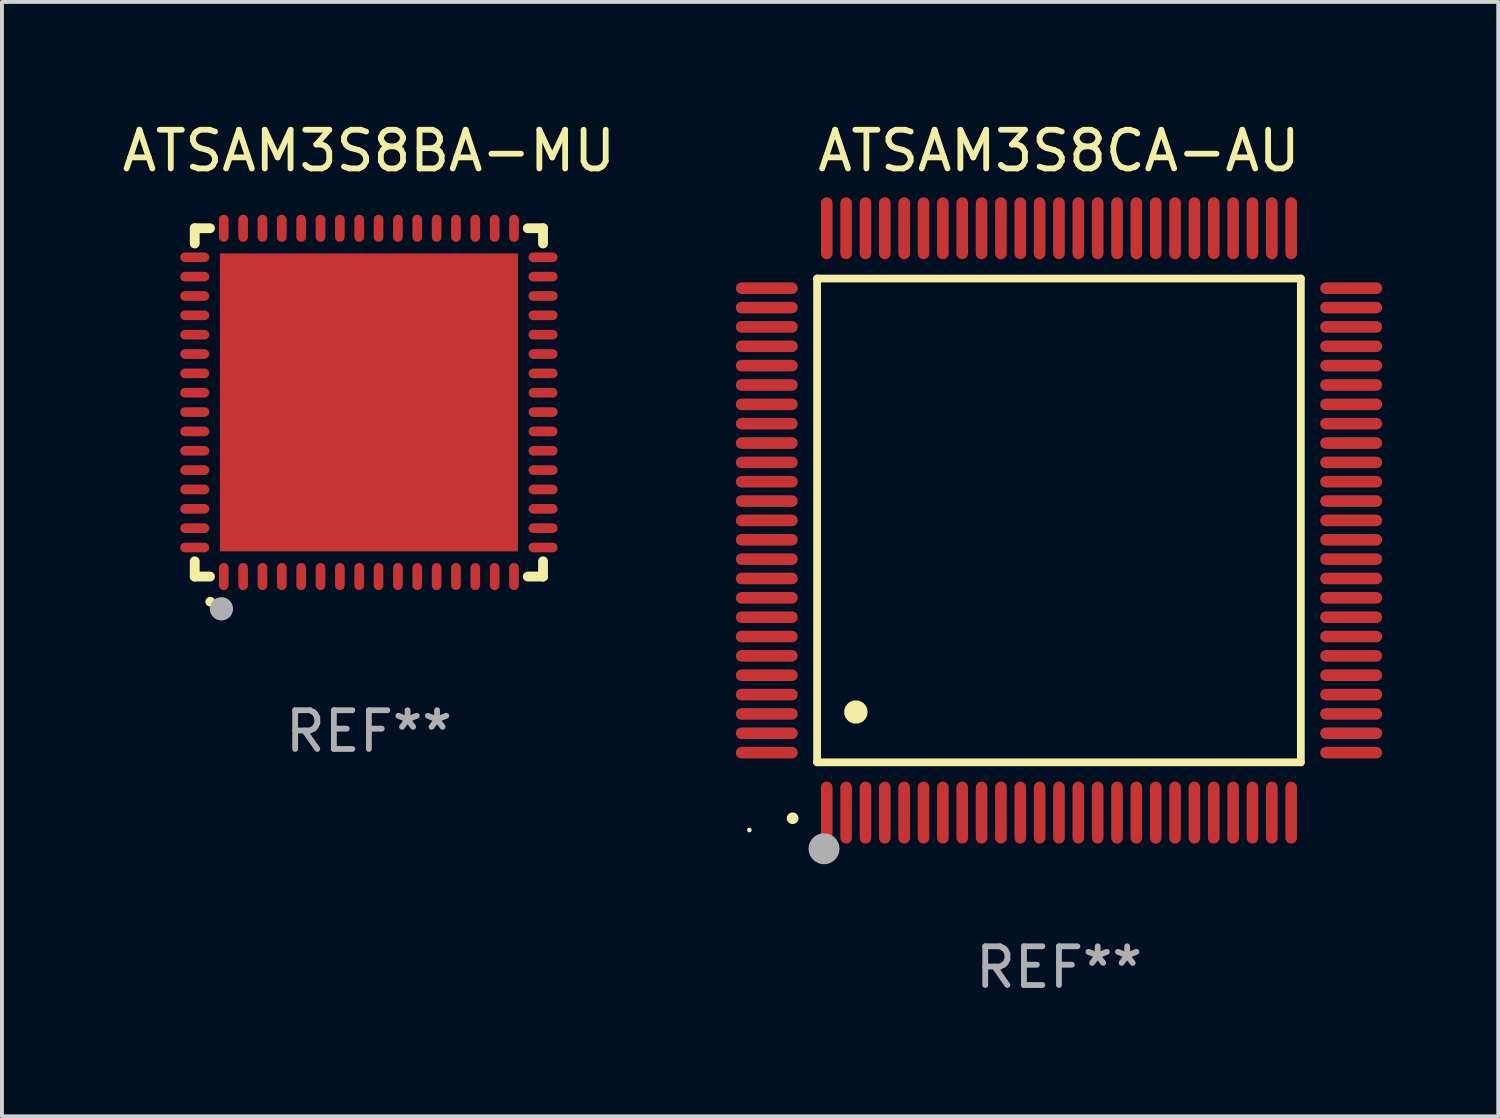
<source format=kicad_pcb>
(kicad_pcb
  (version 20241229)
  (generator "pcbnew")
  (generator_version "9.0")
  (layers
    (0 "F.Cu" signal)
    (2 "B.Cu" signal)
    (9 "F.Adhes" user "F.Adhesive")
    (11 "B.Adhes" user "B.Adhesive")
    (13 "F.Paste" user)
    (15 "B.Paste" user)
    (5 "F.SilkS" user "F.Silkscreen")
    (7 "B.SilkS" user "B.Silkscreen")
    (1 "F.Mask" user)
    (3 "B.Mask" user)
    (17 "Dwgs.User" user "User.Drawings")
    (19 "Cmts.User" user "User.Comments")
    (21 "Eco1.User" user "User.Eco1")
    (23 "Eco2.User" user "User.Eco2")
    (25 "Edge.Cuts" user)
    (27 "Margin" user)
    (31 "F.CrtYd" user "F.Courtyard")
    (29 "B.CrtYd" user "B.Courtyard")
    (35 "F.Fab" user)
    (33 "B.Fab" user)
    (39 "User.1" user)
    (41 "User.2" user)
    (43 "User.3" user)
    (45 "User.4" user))
  (footprint "ATSAM3S8BA-MU"
    (layer "F.Cu")
    (at 6.482 7.348)
    (property "Reference" "ATSAM3S8BA-MU" (at 0 -6.5 0) (layer "F.SilkS") (effects (font (size 1 1) (thickness 0.15))))
    (attr through_hole)
    (fp_line (start -4.5 -4.5) (end -4.106 -4.5) (stroke (width 0.254) (type solid)) (layer "F.SilkS"))
    (fp_line (start -4.5 -4.106) (end -4.5 -4.5) (stroke (width 0.254) (type solid)) (layer "F.SilkS"))
    (fp_line (start -4.5 4.5) (end -4.5 4.106) (stroke (width 0.254) (type solid)) (layer "F.SilkS"))
    (fp_line (start -4.106 4.5) (end -4.5 4.5) (stroke (width 0.254) (type solid)) (layer "F.SilkS"))
    (fp_line (start 4.106 -4.5) (end 4.5 -4.5) (stroke (width 0.254) (type solid)) (layer "F.SilkS"))
    (fp_line (start 4.5 -4.5) (end 4.5 -4.106) (stroke (width 0.254) (type solid)) (layer "F.SilkS"))
    (fp_line (start 4.5 4.106) (end 4.5 4.5) (stroke (width 0.254) (type solid)) (layer "F.SilkS"))
    (fp_line (start 4.5 4.5) (end 4.106 4.5) (stroke (width 0.254) (type solid)) (layer "F.SilkS"))
    (fp_arc (start -4.099987 5.149898) (mid -4.098717 5.149892) (end -4.097447 5.149898) (stroke (width 0.24892) (type solid)) (layer "F.SilkS"))
    (fp_circle (center -4.5 4.5) (end -4.47 4.5) (stroke (width 0.06) (type solid)) (fill no) (layer "F.SilkS"))
    (fp_circle (center -3.81 5.334) (end -3.66 5.334) (stroke (width 0.3) (type solid)) (fill no) (layer "F.Fab"))
    (fp_text user "REF**" (at 0 8.5 0) (layer "F.Fab") (effects (font (size 1 1) (thickness 0.15))))
    (pad "1" smd oval (at -3.75 4.5) (size 0.25 0.7) (layers "F.Cu" "F.Mask" "F.Paste"))
    (pad "2" smd oval (at -3.25 4.5) (size 0.25 0.7) (layers "F.Cu" "F.Mask" "F.Paste"))
    (pad "3" smd oval (at -2.75 4.5) (size 0.25 0.7) (layers "F.Cu" "F.Mask" "F.Paste"))
    (pad "4" smd oval (at -2.25 4.5) (size 0.25 0.7) (layers "F.Cu" "F.Mask" "F.Paste"))
    (pad "5" smd oval (at -1.75 4.5) (size 0.25 0.7) (layers "F.Cu" "F.Mask" "F.Paste"))
    (pad "6" smd oval (at -1.25 4.5) (size 0.25 0.7) (layers "F.Cu" "F.Mask" "F.Paste"))
    (pad "7" smd oval (at -0.75 4.5) (size 0.25 0.7) (layers "F.Cu" "F.Mask" "F.Paste"))
    (pad "8" smd oval (at -0.25 4.5) (size 0.25 0.7) (layers "F.Cu" "F.Mask" "F.Paste"))
    (pad "9" smd oval (at 0.25 4.5) (size 0.25 0.7) (layers "F.Cu" "F.Mask" "F.Paste"))
    (pad "10" smd oval (at 0.75 4.5) (size 0.25 0.7) (layers "F.Cu" "F.Mask" "F.Paste"))
    (pad "11" smd oval (at 1.25 4.5) (size 0.25 0.7) (layers "F.Cu" "F.Mask" "F.Paste"))
    (pad "12" smd oval (at 1.75 4.5) (size 0.25 0.7) (layers "F.Cu" "F.Mask" "F.Paste"))
    (pad "13" smd oval (at 2.25 4.5) (size 0.25 0.7) (layers "F.Cu" "F.Mask" "F.Paste"))
    (pad "14" smd oval (at 2.75 4.5) (size 0.25 0.7) (layers "F.Cu" "F.Mask" "F.Paste"))
    (pad "15" smd oval (at 3.25 4.5) (size 0.25 0.7) (layers "F.Cu" "F.Mask" "F.Paste"))
    (pad "16" smd oval (at 3.75 4.5) (size 0.25 0.7) (layers "F.Cu" "F.Mask" "F.Paste"))
    (pad "17" smd oval (at 4.5 3.75) (size 0.75 0.25) (layers "F.Cu" "F.Mask" "F.Paste"))
    (pad "18" smd oval (at 4.5 3.25) (size 0.75 0.25) (layers "F.Cu" "F.Mask" "F.Paste"))
    (pad "19" smd oval (at 4.5 2.75) (size 0.75 0.25) (layers "F.Cu" "F.Mask" "F.Paste"))
    (pad "20" smd oval (at 4.5 2.25) (size 0.75 0.25) (layers "F.Cu" "F.Mask" "F.Paste"))
    (pad "21" smd oval (at 4.5 1.75) (size 0.75 0.25) (layers "F.Cu" "F.Mask" "F.Paste"))
    (pad "22" smd oval (at 4.5 1.25) (size 0.75 0.25) (layers "F.Cu" "F.Mask" "F.Paste"))
    (pad "23" smd oval (at 4.5 0.75) (size 0.75 0.25) (layers "F.Cu" "F.Mask" "F.Paste"))
    (pad "24" smd oval (at 4.5 0.25) (size 0.75 0.25) (layers "F.Cu" "F.Mask" "F.Paste"))
    (pad "25" smd oval (at 4.5 -0.25) (size 0.75 0.25) (layers "F.Cu" "F.Mask" "F.Paste"))
    (pad "26" smd oval (at 4.5 -0.75) (size 0.75 0.25) (layers "F.Cu" "F.Mask" "F.Paste"))
    (pad "27" smd oval (at 4.5 -1.25) (size 0.75 0.25) (layers "F.Cu" "F.Mask" "F.Paste"))
    (pad "28" smd oval (at 4.5 -1.75) (size 0.75 0.25) (layers "F.Cu" "F.Mask" "F.Paste"))
    (pad "29" smd oval (at 4.5 -2.25) (size 0.75 0.25) (layers "F.Cu" "F.Mask" "F.Paste"))
    (pad "30" smd oval (at 4.5 -2.75) (size 0.75 0.25) (layers "F.Cu" "F.Mask" "F.Paste"))
    (pad "31" smd oval (at 4.5 -3.25) (size 0.75 0.25) (layers "F.Cu" "F.Mask" "F.Paste"))
    (pad "32" smd oval (at 4.5 -3.75) (size 0.75 0.25) (layers "F.Cu" "F.Mask" "F.Paste"))
    (pad "33" smd oval (at 3.75 -4.5) (size 0.25 0.7) (layers "F.Cu" "F.Mask" "F.Paste"))
    (pad "34" smd oval (at 3.25 -4.5) (size 0.25 0.7) (layers "F.Cu" "F.Mask" "F.Paste"))
    (pad "35" smd oval (at 2.75 -4.5) (size 0.25 0.7) (layers "F.Cu" "F.Mask" "F.Paste"))
    (pad "36" smd oval (at 2.25 -4.5) (size 0.25 0.7) (layers "F.Cu" "F.Mask" "F.Paste"))
    (pad "37" smd oval (at 1.75 -4.5) (size 0.25 0.7) (layers "F.Cu" "F.Mask" "F.Paste"))
    (pad "38" smd oval (at 1.25 -4.5) (size 0.25 0.7) (layers "F.Cu" "F.Mask" "F.Paste"))
    (pad "39" smd oval (at 0.75 -4.5) (size 0.25 0.7) (layers "F.Cu" "F.Mask" "F.Paste"))
    (pad "40" smd oval (at 0.25 -4.5) (size 0.25 0.7) (layers "F.Cu" "F.Mask" "F.Paste"))
    (pad "41" smd oval (at -0.25 -4.5) (size 0.25 0.7) (layers "F.Cu" "F.Mask" "F.Paste"))
    (pad "42" smd oval (at -0.75 -4.5) (size 0.25 0.7) (layers "F.Cu" "F.Mask" "F.Paste"))
    (pad "43" smd oval (at -1.25 -4.5) (size 0.25 0.7) (layers "F.Cu" "F.Mask" "F.Paste"))
    (pad "44" smd oval (at -1.75 -4.5) (size 0.25 0.7) (layers "F.Cu" "F.Mask" "F.Paste"))
    (pad "45" smd oval (at -2.25 -4.5) (size 0.25 0.7) (layers "F.Cu" "F.Mask" "F.Paste"))
    (pad "46" smd oval (at -2.75 -4.5) (size 0.25 0.7) (layers "F.Cu" "F.Mask" "F.Paste"))
    (pad "47" smd oval (at -3.25 -4.5) (size 0.25 0.7) (layers "F.Cu" "F.Mask" "F.Paste"))
    (pad "48" smd oval (at -3.75 -4.5) (size 0.25 0.7) (layers "F.Cu" "F.Mask" "F.Paste"))
    (pad "49" smd oval (at -4.5 -3.75) (size 0.75 0.25) (layers "F.Cu" "F.Mask" "F.Paste"))
    (pad "50" smd oval (at -4.5 -3.25) (size 0.75 0.25) (layers "F.Cu" "F.Mask" "F.Paste"))
    (pad "51" smd oval (at -4.5 -2.75) (size 0.75 0.25) (layers "F.Cu" "F.Mask" "F.Paste"))
    (pad "52" smd oval (at -4.5 -2.25) (size 0.75 0.25) (layers "F.Cu" "F.Mask" "F.Paste"))
    (pad "53" smd oval (at -4.5 -1.75) (size 0.75 0.25) (layers "F.Cu" "F.Mask" "F.Paste"))
    (pad "54" smd oval (at -4.5 -1.25) (size 0.75 0.25) (layers "F.Cu" "F.Mask" "F.Paste"))
    (pad "55" smd oval (at -4.5 -0.75) (size 0.75 0.25) (layers "F.Cu" "F.Mask" "F.Paste"))
    (pad "56" smd oval (at -4.5 -0.25) (size 0.75 0.25) (layers "F.Cu" "F.Mask" "F.Paste"))
    (pad "57" smd oval (at -4.5 0.25) (size 0.75 0.25) (layers "F.Cu" "F.Mask" "F.Paste"))
    (pad "58" smd oval (at -4.5 0.75) (size 0.75 0.25) (layers "F.Cu" "F.Mask" "F.Paste"))
    (pad "59" smd oval (at -4.5 1.25) (size 0.75 0.25) (layers "F.Cu" "F.Mask" "F.Paste"))
    (pad "60" smd oval (at -4.5 1.75) (size 0.75 0.25) (layers "F.Cu" "F.Mask" "F.Paste"))
    (pad "61" smd oval (at -4.5 2.25) (size 0.75 0.25) (layers "F.Cu" "F.Mask" "F.Paste"))
    (pad "62" smd oval (at -4.5 2.75) (size 0.75 0.25) (layers "F.Cu" "F.Mask" "F.Paste"))
    (pad "63" smd oval (at -4.5 3.25) (size 0.75 0.25) (layers "F.Cu" "F.Mask" "F.Paste"))
    (pad "64" smd oval (at -4.5 3.75) (size 0.75 0.25) (layers "F.Cu" "F.Mask" "F.Paste"))
    (pad "65" smd rect (at 0.000394 -0.000013) (size 7.7 7.7) (layers "F.Cu" "F.Mask" "F.Paste")))
  (footprint "ATSAM3S8CA-AU"
    (layer "F.Cu")
    (at 24.314 10.398)
    (property "Reference" "ATSAM3S8CA-AU" (at 0 -9.55 0) (layer "F.SilkS") (effects (font (size 1 1) (thickness 0.15))))
    (attr through_hole)
    (fp_line (start -6.25 -6.25) (end -6.25 6.25) (stroke (width 0.2) (type solid)) (layer "F.SilkS"))
    (fp_line (start -6.25 6.25) (end 6.25 6.25) (stroke (width 0.2) (type solid)) (layer "F.SilkS"))
    (fp_line (start 6.25 -6.25) (end -6.25 -6.25) (stroke (width 0.2) (type solid)) (layer "F.SilkS"))
    (fp_line (start 6.25 6.25) (end 6.25 -6.25) (stroke (width 0.2) (type solid)) (layer "F.SilkS"))
    (fp_arc (start -6.883414 7.696215) (mid -6.882144 7.69621) (end -6.880874 7.696215) (stroke (width 0.3) (type solid)) (layer "F.SilkS"))
    (fp_arc (start -5.250191 4.95047) (mid -5.247651 4.950459) (end -5.245111 4.95047) (stroke (width 0.6) (type solid)) (layer "F.SilkS"))
    (fp_circle (center -8 8) (end -7.97 8) (stroke (width 0.06) (type solid)) (fill no) (layer "F.SilkS"))
    (fp_circle (center -6.071 8.484) (end -5.871 8.484) (stroke (width 0.4) (type solid)) (fill no) (layer "F.Fab"))
    (fp_text user "REF**" (at 0 11.55 0) (layer "F.Fab") (effects (font (size 1 1) (thickness 0.15))))
    (pad "1" smd oval (at -6 7.55) (size 0.3 1.6) (layers "F.Cu" "F.Mask" "F.Paste"))
    (pad "2" smd oval (at -5.5 7.55) (size 0.3 1.6) (layers "F.Cu" "F.Mask" "F.Paste"))
    (pad "3" smd oval (at -5 7.55) (size 0.3 1.6) (layers "F.Cu" "F.Mask" "F.Paste"))
    (pad "4" smd oval (at -4.5 7.55) (size 0.3 1.6) (layers "F.Cu" "F.Mask" "F.Paste"))
    (pad "5" smd oval (at -4 7.55) (size 0.3 1.6) (layers "F.Cu" "F.Mask" "F.Paste"))
    (pad "6" smd oval (at -3.5 7.55) (size 0.3 1.6) (layers "F.Cu" "F.Mask" "F.Paste"))
    (pad "7" smd oval (at -3 7.55) (size 0.3 1.6) (layers "F.Cu" "F.Mask" "F.Paste"))
    (pad "8" smd oval (at -2.5 7.55) (size 0.3 1.6) (layers "F.Cu" "F.Mask" "F.Paste"))
    (pad "9" smd oval (at -2 7.55) (size 0.3 1.6) (layers "F.Cu" "F.Mask" "F.Paste"))
    (pad "10" smd oval (at -1.5 7.55) (size 0.3 1.6) (layers "F.Cu" "F.Mask" "F.Paste"))
    (pad "11" smd oval (at -1 7.55) (size 0.3 1.6) (layers "F.Cu" "F.Mask" "F.Paste"))
    (pad "12" smd oval (at -0.5 7.55) (size 0.3 1.6) (layers "F.Cu" "F.Mask" "F.Paste"))
    (pad "13" smd oval (at 0 7.55) (size 0.3 1.6) (layers "F.Cu" "F.Mask" "F.Paste"))
    (pad "14" smd oval (at 0.5 7.55) (size 0.3 1.6) (layers "F.Cu" "F.Mask" "F.Paste"))
    (pad "15" smd oval (at 1 7.55) (size 0.3 1.6) (layers "F.Cu" "F.Mask" "F.Paste"))
    (pad "16" smd oval (at 1.5 7.55) (size 0.3 1.6) (layers "F.Cu" "F.Mask" "F.Paste"))
    (pad "17" smd oval (at 2 7.55) (size 0.3 1.6) (layers "F.Cu" "F.Mask" "F.Paste"))
    (pad "18" smd oval (at 2.5 7.55) (size 0.3 1.6) (layers "F.Cu" "F.Mask" "F.Paste"))
    (pad "19" smd oval (at 3 7.55) (size 0.3 1.6) (layers "F.Cu" "F.Mask" "F.Paste"))
    (pad "20" smd oval (at 3.5 7.55) (size 0.3 1.6) (layers "F.Cu" "F.Mask" "F.Paste"))
    (pad "21" smd oval (at 4 7.55) (size 0.3 1.6) (layers "F.Cu" "F.Mask" "F.Paste"))
    (pad "22" smd oval (at 4.5 7.55) (size 0.3 1.6) (layers "F.Cu" "F.Mask" "F.Paste"))
    (pad "23" smd oval (at 5 7.55) (size 0.3 1.6) (layers "F.Cu" "F.Mask" "F.Paste"))
    (pad "24" smd oval (at 5.5 7.55) (size 0.3 1.6) (layers "F.Cu" "F.Mask" "F.Paste"))
    (pad "25" smd oval (at 6 7.55) (size 0.3 1.6) (layers "F.Cu" "F.Mask" "F.Paste"))
    (pad "26" smd oval (at 7.55 6) (size 1.6 0.3) (layers "F.Cu" "F.Mask" "F.Paste"))
    (pad "27" smd oval (at 7.55 5.5) (size 1.6 0.3) (layers "F.Cu" "F.Mask" "F.Paste"))
    (pad "28" smd oval (at 7.55 5) (size 1.6 0.3) (layers "F.Cu" "F.Mask" "F.Paste"))
    (pad "29" smd oval (at 7.55 4.5) (size 1.6 0.3) (layers "F.Cu" "F.Mask" "F.Paste"))
    (pad "30" smd oval (at 7.55 4) (size 1.6 0.3) (layers "F.Cu" "F.Mask" "F.Paste"))
    (pad "31" smd oval (at 7.55 3.5) (size 1.6 0.3) (layers "F.Cu" "F.Mask" "F.Paste"))
    (pad "32" smd oval (at 7.55 3) (size 1.6 0.3) (layers "F.Cu" "F.Mask" "F.Paste"))
    (pad "33" smd oval (at 7.55 2.5) (size 1.6 0.3) (layers "F.Cu" "F.Mask" "F.Paste"))
    (pad "34" smd oval (at 7.55 2) (size 1.6 0.3) (layers "F.Cu" "F.Mask" "F.Paste"))
    (pad "35" smd oval (at 7.55 1.5) (size 1.6 0.3) (layers "F.Cu" "F.Mask" "F.Paste"))
    (pad "36" smd oval (at 7.55 1) (size 1.6 0.3) (layers "F.Cu" "F.Mask" "F.Paste"))
    (pad "37" smd oval (at 7.55 0.5) (size 1.6 0.3) (layers "F.Cu" "F.Mask" "F.Paste"))
    (pad "38" smd oval (at 7.55 0) (size 1.6 0.3) (layers "F.Cu" "F.Mask" "F.Paste"))
    (pad "39" smd oval (at 7.55 -0.5) (size 1.6 0.3) (layers "F.Cu" "F.Mask" "F.Paste"))
    (pad "40" smd oval (at 7.55 -1) (size 1.6 0.3) (layers "F.Cu" "F.Mask" "F.Paste"))
    (pad "41" smd oval (at 7.55 -1.5) (size 1.6 0.3) (layers "F.Cu" "F.Mask" "F.Paste"))
    (pad "42" smd oval (at 7.55 -2) (size 1.6 0.3) (layers "F.Cu" "F.Mask" "F.Paste"))
    (pad "43" smd oval (at 7.55 -2.5) (size 1.6 0.3) (layers "F.Cu" "F.Mask" "F.Paste"))
    (pad "44" smd oval (at 7.55 -3) (size 1.6 0.3) (layers "F.Cu" "F.Mask" "F.Paste"))
    (pad "45" smd oval (at 7.55 -3.5) (size 1.6 0.3) (layers "F.Cu" "F.Mask" "F.Paste"))
    (pad "46" smd oval (at 7.55 -4) (size 1.6 0.3) (layers "F.Cu" "F.Mask" "F.Paste"))
    (pad "47" smd oval (at 7.55 -4.5) (size 1.6 0.3) (layers "F.Cu" "F.Mask" "F.Paste"))
    (pad "48" smd oval (at 7.55 -5) (size 1.6 0.3) (layers "F.Cu" "F.Mask" "F.Paste"))
    (pad "49" smd oval (at 7.55 -5.5) (size 1.6 0.3) (layers "F.Cu" "F.Mask" "F.Paste"))
    (pad "50" smd oval (at 7.55 -6) (size 1.6 0.3) (layers "F.Cu" "F.Mask" "F.Paste"))
    (pad "51" smd oval (at 6 -7.55) (size 0.3 1.6) (layers "F.Cu" "F.Mask" "F.Paste"))
    (pad "52" smd oval (at 5.5 -7.55) (size 0.3 1.6) (layers "F.Cu" "F.Mask" "F.Paste"))
    (pad "53" smd oval (at 5 -7.55) (size 0.3 1.6) (layers "F.Cu" "F.Mask" "F.Paste"))
    (pad "54" smd oval (at 4.5 -7.55) (size 0.3 1.6) (layers "F.Cu" "F.Mask" "F.Paste"))
    (pad "55" smd oval (at 4 -7.55) (size 0.3 1.6) (layers "F.Cu" "F.Mask" "F.Paste"))
    (pad "56" smd oval (at 3.5 -7.55) (size 0.3 1.6) (layers "F.Cu" "F.Mask" "F.Paste"))
    (pad "57" smd oval (at 3 -7.55) (size 0.3 1.6) (layers "F.Cu" "F.Mask" "F.Paste"))
    (pad "58" smd oval (at 2.5 -7.55) (size 0.3 1.6) (layers "F.Cu" "F.Mask" "F.Paste"))
    (pad "59" smd oval (at 2 -7.55) (size 0.3 1.6) (layers "F.Cu" "F.Mask" "F.Paste"))
    (pad "60" smd oval (at 1.5 -7.55) (size 0.3 1.6) (layers "F.Cu" "F.Mask" "F.Paste"))
    (pad "61" smd oval (at 1 -7.55) (size 0.3 1.6) (layers "F.Cu" "F.Mask" "F.Paste"))
    (pad "62" smd oval (at 0.5 -7.55) (size 0.3 1.6) (layers "F.Cu" "F.Mask" "F.Paste"))
    (pad "63" smd oval (at 0 -7.55) (size 0.3 1.6) (layers "F.Cu" "F.Mask" "F.Paste"))
    (pad "64" smd oval (at -0.5 -7.55) (size 0.3 1.6) (layers "F.Cu" "F.Mask" "F.Paste"))
    (pad "65" smd oval (at -1 -7.55) (size 0.3 1.6) (layers "F.Cu" "F.Mask" "F.Paste"))
    (pad "66" smd oval (at -1.5 -7.55) (size 0.3 1.6) (layers "F.Cu" "F.Mask" "F.Paste"))
    (pad "67" smd oval (at -2 -7.55) (size 0.3 1.6) (layers "F.Cu" "F.Mask" "F.Paste"))
    (pad "68" smd oval (at -2.5 -7.55) (size 0.3 1.6) (layers "F.Cu" "F.Mask" "F.Paste"))
    (pad "69" smd oval (at -3 -7.55) (size 0.3 1.6) (layers "F.Cu" "F.Mask" "F.Paste"))
    (pad "70" smd oval (at -3.5 -7.55) (size 0.3 1.6) (layers "F.Cu" "F.Mask" "F.Paste"))
    (pad "71" smd oval (at -4 -7.55) (size 0.3 1.6) (layers "F.Cu" "F.Mask" "F.Paste"))
    (pad "72" smd oval (at -4.5 -7.55) (size 0.3 1.6) (layers "F.Cu" "F.Mask" "F.Paste"))
    (pad "73" smd oval (at -5 -7.55) (size 0.3 1.6) (layers "F.Cu" "F.Mask" "F.Paste"))
    (pad "74" smd oval (at -5.5 -7.55) (size 0.3 1.6) (layers "F.Cu" "F.Mask" "F.Paste"))
    (pad "75" smd oval (at -6 -7.55) (size 0.3 1.6) (layers "F.Cu" "F.Mask" "F.Paste"))
    (pad "76" smd oval (at -7.55 -6) (size 1.6 0.3) (layers "F.Cu" "F.Mask" "F.Paste"))
    (pad "77" smd oval (at -7.55 -5.5) (size 1.6 0.3) (layers "F.Cu" "F.Mask" "F.Paste"))
    (pad "78" smd oval (at -7.55 -5) (size 1.6 0.3) (layers "F.Cu" "F.Mask" "F.Paste"))
    (pad "79" smd oval (at -7.55 -4.5) (size 1.6 0.3) (layers "F.Cu" "F.Mask" "F.Paste"))
    (pad "80" smd oval (at -7.55 -4) (size 1.6 0.3) (layers "F.Cu" "F.Mask" "F.Paste"))
    (pad "81" smd oval (at -7.55 -3.5) (size 1.6 0.3) (layers "F.Cu" "F.Mask" "F.Paste"))
    (pad "82" smd oval (at -7.55 -3) (size 1.6 0.3) (layers "F.Cu" "F.Mask" "F.Paste"))
    (pad "83" smd oval (at -7.55 -2.5) (size 1.6 0.3) (layers "F.Cu" "F.Mask" "F.Paste"))
    (pad "84" smd oval (at -7.55 -2) (size 1.6 0.3) (layers "F.Cu" "F.Mask" "F.Paste"))
    (pad "85" smd oval (at -7.55 -1.5) (size 1.6 0.3) (layers "F.Cu" "F.Mask" "F.Paste"))
    (pad "86" smd oval (at -7.55 -1) (size 1.6 0.3) (layers "F.Cu" "F.Mask" "F.Paste"))
    (pad "87" smd oval (at -7.55 -0.5) (size 1.6 0.3) (layers "F.Cu" "F.Mask" "F.Paste"))
    (pad "88" smd oval (at -7.55 0) (size 1.6 0.3) (layers "F.Cu" "F.Mask" "F.Paste"))
    (pad "89" smd oval (at -7.55 0.5) (size 1.6 0.3) (layers "F.Cu" "F.Mask" "F.Paste"))
    (pad "90" smd oval (at -7.55 1) (size 1.6 0.3) (layers "F.Cu" "F.Mask" "F.Paste"))
    (pad "91" smd oval (at -7.55 1.5) (size 1.6 0.3) (layers "F.Cu" "F.Mask" "F.Paste"))
    (pad "92" smd oval (at -7.55 2) (size 1.6 0.3) (layers "F.Cu" "F.Mask" "F.Paste"))
    (pad "93" smd oval (at -7.55 2.5) (size 1.6 0.3) (layers "F.Cu" "F.Mask" "F.Paste"))
    (pad "94" smd oval (at -7.55 3) (size 1.6 0.3) (layers "F.Cu" "F.Mask" "F.Paste"))
    (pad "95" smd oval (at -7.55 3.5) (size 1.6 0.3) (layers "F.Cu" "F.Mask" "F.Paste"))
    (pad "96" smd oval (at -7.55 4) (size 1.6 0.3) (layers "F.Cu" "F.Mask" "F.Paste"))
    (pad "97" smd oval (at -7.55 4.5) (size 1.6 0.3) (layers "F.Cu" "F.Mask" "F.Paste"))
    (pad "98" smd oval (at -7.55 5) (size 1.6 0.3) (layers "F.Cu" "F.Mask" "F.Paste"))
    (pad "99" smd oval (at -7.55 5.5) (size 1.6 0.3) (layers "F.Cu" "F.Mask" "F.Paste"))
    (pad "100" smd oval (at -7.55 6) (size 1.6 0.3) (layers "F.Cu" "F.Mask" "F.Paste")))
  (gr_rect
    (start -3 -3)
    (end 35.664 25.796)
    (stroke (width 0.1) (type default))
    (fill no)
    (layer "Edge.Cuts")))
</source>
